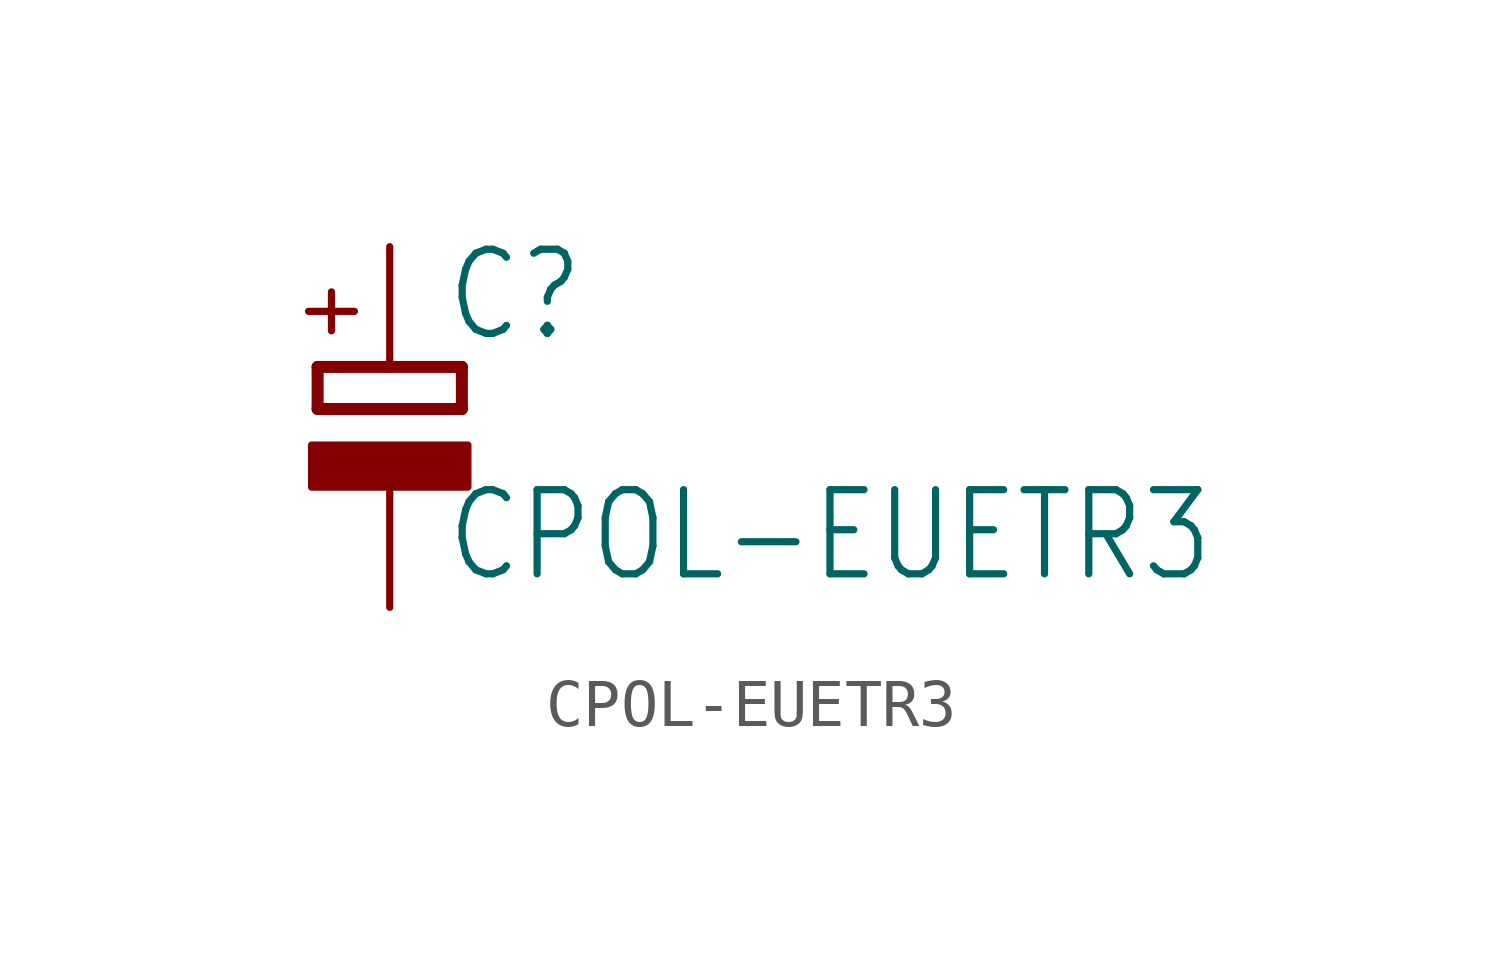
<source format=kicad_sym>
(kicad_symbol_lib
  (version 20210619)
  (generator kicad_symbol_editor)
  (symbol "CPOL-EUETR3"
    (property "Reference" "C"
      (at 1.143 0.483 0)
      (effects (font (size 1.778 1.511)) (justify left bottom)))
    (property "Value" "CPOL-EUETR3"
      (at 1.143 -4.597 0)
      (effects (font (size 1.778 1.511)) (justify left bottom)))
    (property "ki_locked" ""
      (at 0 0 0)
      (effects (font (size 1.27 1.27))))
    (symbol "CPOL-EUETR3_1_0"
      (text "+" (at -0.584 0.406 900) (effects (font (size 1.27 1.079)) (justify left bottom)))
      (rectangle (start -1.651 -2.54) (end 1.651 -1.651) (stroke (width 0)) (fill (type outline)))
      (polyline (pts (xy -1.524 -0.889) (xy 1.524 -0.889)) (stroke (width 0.254)) (fill (type none)))
      (polyline (pts (xy -1.524 0) (xy -1.524 -0.889)) (stroke (width 0.254)) (fill (type none)))
      (polyline (pts (xy -1.524 0) (xy 1.524 0)) (stroke (width 0.254)) (fill (type none)))
      (polyline (pts (xy 1.524 -0.889) (xy 1.524 0)) (stroke (width 0.254)) (fill (type none)))
      (pin passive line (at 0 2.54 270) (length 2.54) (name "+" (effects (font (size 0 0)))) (number "+" (effects (font (size 0 0)))))
      (pin passive line (at 0 -5.08 90) (length 2.54) (name "-" (effects (font (size 0 0)))) (number "-" (effects (font (size 0 0))))))))
</source>
